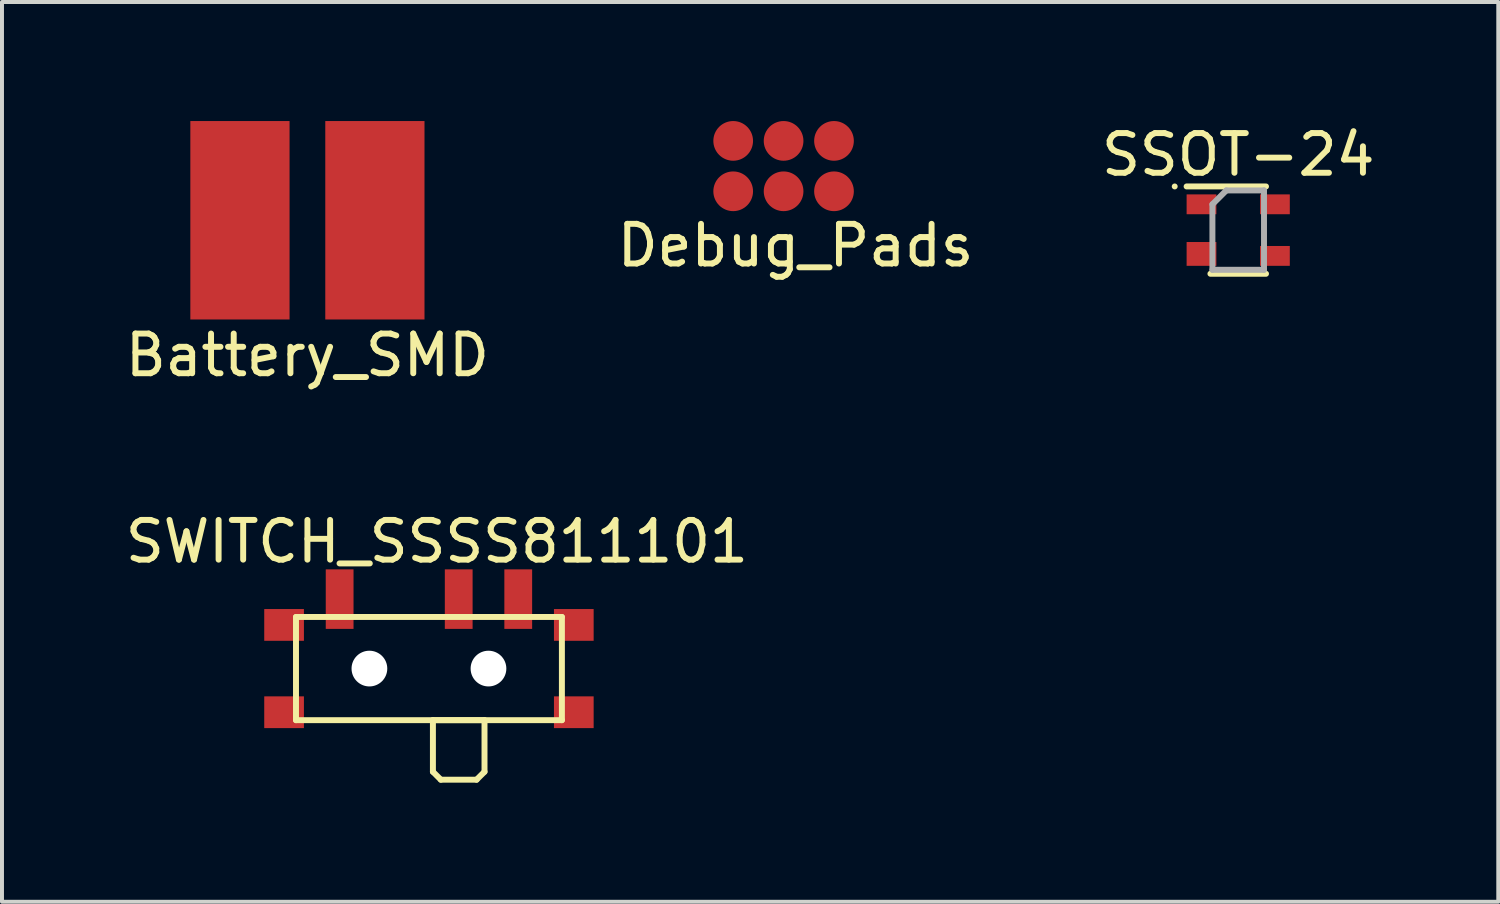
<source format=kicad_pcb>
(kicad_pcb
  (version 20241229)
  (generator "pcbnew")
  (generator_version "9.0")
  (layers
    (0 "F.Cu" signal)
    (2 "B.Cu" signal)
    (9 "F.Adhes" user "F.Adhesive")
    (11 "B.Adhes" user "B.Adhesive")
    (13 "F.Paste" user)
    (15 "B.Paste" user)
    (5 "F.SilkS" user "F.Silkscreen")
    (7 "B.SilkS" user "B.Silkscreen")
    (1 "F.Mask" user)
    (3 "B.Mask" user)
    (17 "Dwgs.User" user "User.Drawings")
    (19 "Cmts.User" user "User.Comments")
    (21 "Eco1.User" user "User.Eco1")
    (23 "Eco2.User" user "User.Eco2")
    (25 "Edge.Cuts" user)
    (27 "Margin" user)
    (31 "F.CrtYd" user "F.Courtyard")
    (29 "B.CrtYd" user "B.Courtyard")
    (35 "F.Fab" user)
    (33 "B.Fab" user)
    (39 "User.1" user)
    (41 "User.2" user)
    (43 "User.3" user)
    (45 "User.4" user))
  (footprint "Debug_Pads"
    (layer "F.Cu")
    (at 16.694 1.135)
    (property "Reference" "Debug_Pads" (at 0.3 2 0) (layer "F.SilkS") (effects (font (size 1 1) (thickness 0.15))))
    (attr through_hole)
    (pad "1" smd circle (at -1.27 0.635) (size 1 1) (layers "F.Cu" "F.Mask" "F.Paste"))
    (pad "2" smd circle (at -1.27 -0.635) (size 1 1) (layers "F.Cu" "F.Mask" "F.Paste"))
    (pad "3" smd circle (at 0 0.635) (size 1 1) (layers "F.Cu" "F.Mask" "F.Paste"))
    (pad "4" smd circle (at 0 -0.635) (size 1 1) (layers "F.Cu" "F.Mask" "F.Paste"))
    (pad "5" smd circle (at 1.27 0.635) (size 1 1) (layers "F.Cu" "F.Mask" "F.Paste"))
    (pad "6" smd circle (at 1.27 -0.635) (size 1 1) (layers "F.Cu" "F.Mask" "F.Paste")))
  (footprint "SSOT-24"
    (layer "F.Cu")
    (at 28.149 2.748)
    (property "Reference" "SSOT-24" (at 0 -1.9 0) (layer "F.SilkS") (effects (font (size 1 1) (thickness 0.15))))
    (attr smd)
    (fp_line (start -1.6 -1.1) (end -1.6 -1.1) (stroke (width 0.15) (type solid)) (layer "F.SilkS"))
    (fp_line (start 0.7 -1.1) (end -1.3 -1.1) (stroke (width 0.15) (type solid)) (layer "F.SilkS"))
    (fp_line (start 0.7 1.1) (end -0.7 1.1) (stroke (width 0.15) (type solid)) (layer "F.SilkS"))
    (fp_line (start -0.65 -0.65) (end -0.3 -1) (stroke (width 0.15) (type solid)) (layer "F.Fab"))
    (fp_line (start -0.65 1) (end -0.65 -0.65) (stroke (width 0.15) (type solid)) (layer "F.Fab"))
    (fp_line (start -0.3 -1) (end 0.65 -1) (stroke (width 0.15) (type solid)) (layer "F.Fab"))
    (fp_line (start 0.65 -1) (end 0.65 1) (stroke (width 0.15) (type solid)) (layer "F.Fab"))
    (fp_line (start 0.65 1) (end -0.65 1) (stroke (width 0.15) (type solid)) (layer "F.Fab"))
    (pad "1" smd rect (at -0.925 -0.65) (size 0.75 0.5) (layers "F.Cu" "F.Mask" "F.Paste"))
    (pad "2" smd rect (at -0.925 0.65) (size 0.75 0.6) (drill (offset 0 -0.05)) (layers "F.Cu" "F.Mask" "F.Paste"))
    (pad "3" smd rect (at 0.925 0.65) (size 0.75 0.5) (layers "F.Cu" "F.Mask" "F.Paste"))
    (pad "4" smd rect (at 0.925 -0.65) (size 0.75 0.5) (layers "F.Cu" "F.Mask" "F.Paste")))
  (footprint "Battery_SMD"
    (layer "F.Cu")
    (at 4.696 2.5)
    (property "Reference" "Battery_SMD" (at 0 3.4 0) (layer "F.SilkS") (effects (font (size 1 1) (thickness 0.15))))
    (attr through_hole)
    (pad "1" smd rect (at -1.7 0) (size 2.5 5) (layers "F.Cu" "F.Mask" "F.Paste"))
    (pad "2" smd rect (at 1.7 0) (size 2.5 5) (layers "F.Cu" "F.Mask" "F.Paste")))
  (footprint "SWITCH_SSSS811101"
    (layer "F.Cu")
    (at 7.758 13.796)
    (property "Reference" "SWITCH_SSSS811101" (at 0.2 -3.2 0) (layer "F.SilkS") (effects (font (size 1 1) (thickness 0.15))))
    (attr through_hole)
    (fp_line (start -3.35 -1.3) (end 3.35 -1.3) (stroke (width 0.15) (type solid)) (layer "F.SilkS"))
    (fp_line (start -3.35 1.3) (end -3.35 -1.3) (stroke (width 0.15) (type solid)) (layer "F.SilkS"))
    (fp_line (start 0.1 1.3) (end 1.4 1.3) (stroke (width 0.15) (type solid)) (layer "F.SilkS"))
    (fp_line (start 0.1 2.6) (end 0.1 1.3) (stroke (width 0.15) (type solid)) (layer "F.SilkS"))
    (fp_line (start 0.1 2.6) (end 0.3 2.8) (stroke (width 0.15) (type solid)) (layer "F.SilkS"))
    (fp_line (start 1.2 2.8) (end 0.3 2.8) (stroke (width 0.15) (type solid)) (layer "F.SilkS"))
    (fp_line (start 1.4 1.3) (end 1.4 2.6) (stroke (width 0.15) (type solid)) (layer "F.SilkS"))
    (fp_line (start 1.4 2.6) (end 1.2 2.8) (stroke (width 0.15) (type solid)) (layer "F.SilkS"))
    (fp_line (start 3.35 -1.3) (end 3.35 1.3) (stroke (width 0.15) (type solid)) (layer "F.SilkS"))
    (fp_line (start 3.35 1.3) (end -3.35 1.3) (stroke (width 0.15) (type solid)) (layer "F.SilkS"))
    (pad "" np_thru_hole circle (at -1.5 0) (size 0.9 0.9) (drill 0.9) (layers "*.Cu" "*.Mask"))
    (pad "" np_thru_hole circle (at 1.5 0) (size 0.9 0.9) (drill 0.9) (layers "*.Cu" "*.Mask"))
    (pad "1" smd rect (at -2.25 -1.75) (size 0.7 1.5) (layers "F.Cu" "F.Mask" "F.Paste"))
    (pad "2" smd rect (at 0.75 -1.75) (size 0.7 1.5) (layers "F.Cu" "F.Mask" "F.Paste"))
    (pad "3" smd rect (at 2.25 -1.75) (size 0.7 1.5) (layers "F.Cu" "F.Mask" "F.Paste"))
    (pad "4" smd rect (at -3.65 -1.1) (size 1 0.8) (layers "F.Cu" "F.Mask" "F.Paste"))
    (pad "4" smd rect (at -3.65 1.1) (size 1 0.8) (layers "F.Cu" "F.Mask" "F.Paste"))
    (pad "4" smd rect (at 3.65 -1.1) (size 1 0.8) (layers "F.Cu" "F.Mask" "F.Paste"))
    (pad "4" smd rect (at 3.65 1.1) (size 1 0.8) (layers "F.Cu" "F.Mask" "F.Paste")))
  (gr_rect
    (start -3 -3)
    (end 34.702 19.672)
    (stroke (width 0.1) (type default))
    (fill no)
    (layer "Edge.Cuts")))
</source>
